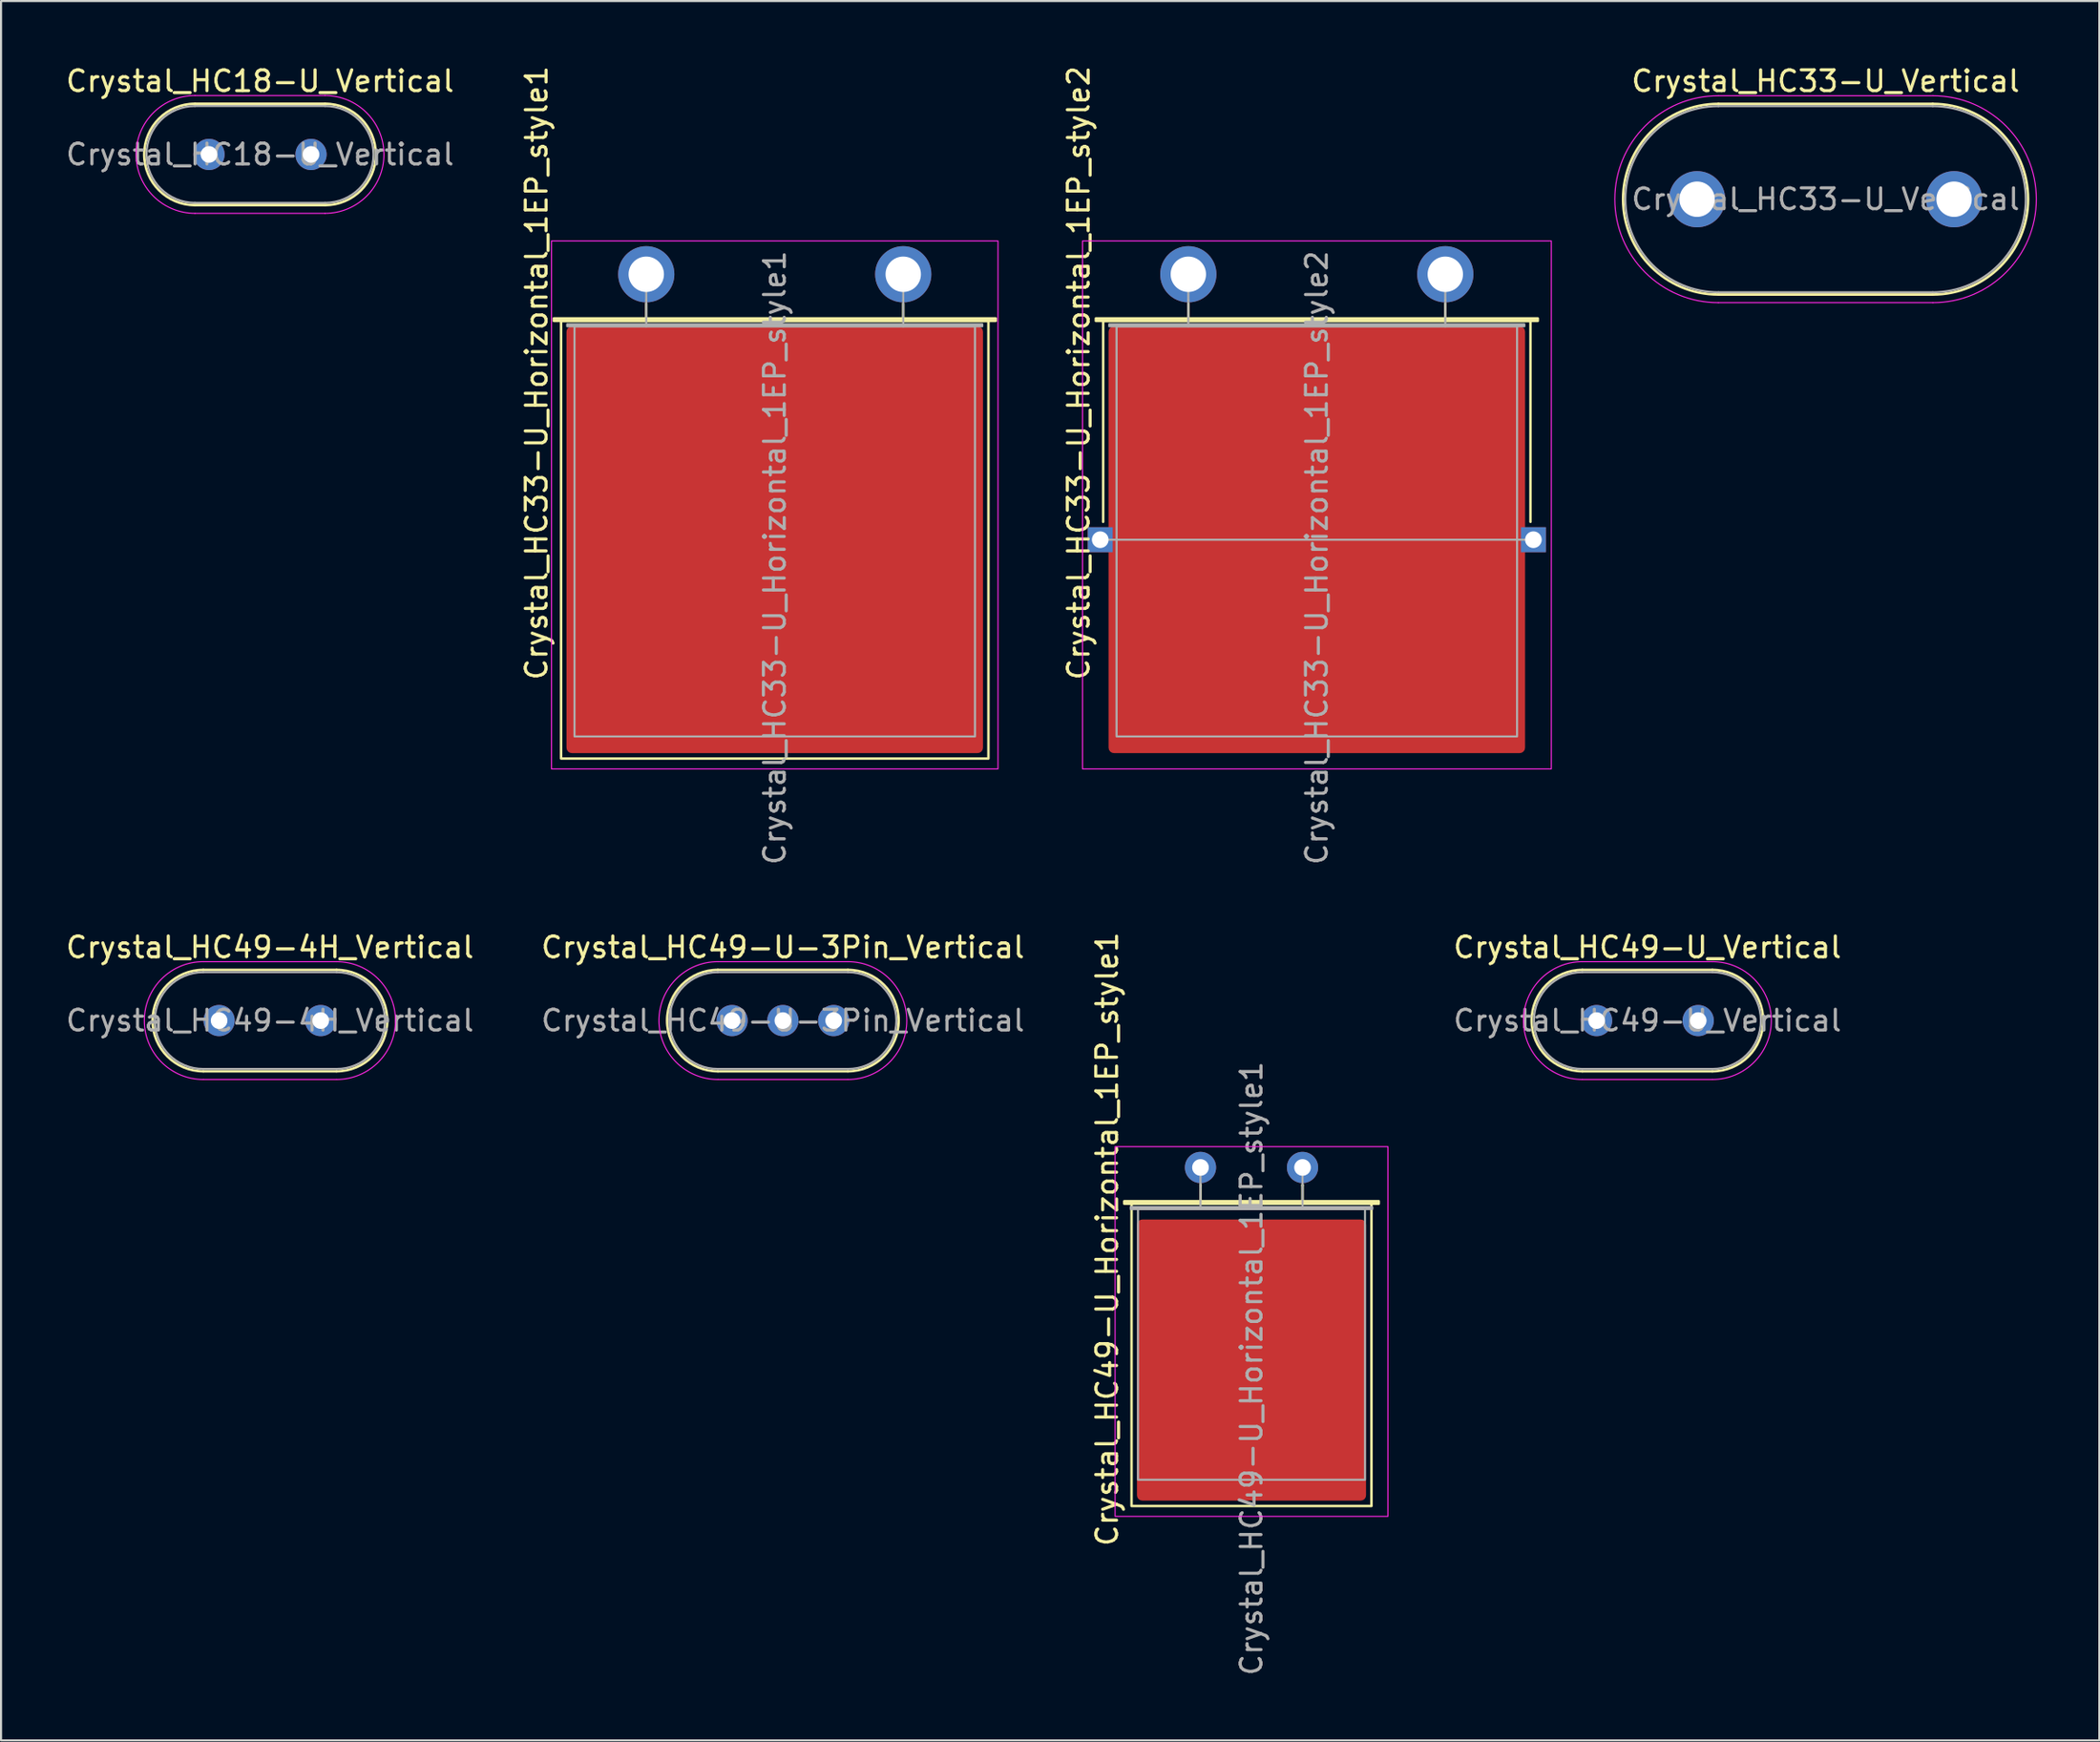
<source format=kicad_pcb>
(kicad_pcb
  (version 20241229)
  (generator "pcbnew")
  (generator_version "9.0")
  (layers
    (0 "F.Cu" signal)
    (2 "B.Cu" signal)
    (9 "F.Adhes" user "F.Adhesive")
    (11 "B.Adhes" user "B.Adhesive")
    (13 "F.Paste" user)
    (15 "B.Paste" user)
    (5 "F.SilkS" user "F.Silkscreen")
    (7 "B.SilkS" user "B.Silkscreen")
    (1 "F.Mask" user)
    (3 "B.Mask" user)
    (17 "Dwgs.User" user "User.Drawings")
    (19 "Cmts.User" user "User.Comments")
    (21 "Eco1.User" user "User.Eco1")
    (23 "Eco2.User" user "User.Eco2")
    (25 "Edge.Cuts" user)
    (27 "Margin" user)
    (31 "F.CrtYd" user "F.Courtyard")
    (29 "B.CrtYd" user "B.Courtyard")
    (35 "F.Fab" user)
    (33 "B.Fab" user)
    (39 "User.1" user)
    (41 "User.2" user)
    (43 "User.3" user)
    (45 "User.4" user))
  (footprint "Crystal_HC49-U_Vertical"
    (layer "F.Cu")
    (at 73.615 45.97)
    (property "Reference" "Crystal_HC49-U_Vertical" (at 2.44 -3.52 0) (layer "F.SilkS") (effects (font (size 1 1) (thickness 0.15))))
    (attr through_hole)
    (fp_line (start -0.685 -2.435) (end 5.565 -2.435) (stroke (width 0.12) (type solid)) (layer "F.SilkS"))
    (fp_line (start 5.565 2.435) (end -0.685 2.435) (stroke (width 0.12) (type solid)) (layer "F.SilkS"))
    (fp_arc (start -0.685 2.435) (mid -3.12 0) (end -0.685 -2.435) (stroke (width 0.12) (type solid)) (layer "F.SilkS"))
    (fp_arc (start 5.565 -2.435) (mid 8 0) (end 5.565 2.435) (stroke (width 0.12) (type solid)) (layer "F.SilkS"))
    (fp_line (start -0.68 -2.83) (end 5.56 -2.83) (stroke (width 0.05) (type solid)) (layer "F.CrtYd"))
    (fp_line (start 5.56 2.83) (end -0.68 2.83) (stroke (width 0.05) (type solid)) (layer "F.CrtYd"))
    (fp_arc (start -0.68 2.83) (mid -3.51 0) (end -0.68 -2.83) (stroke (width 0.05) (type solid)) (layer "F.CrtYd"))
    (fp_arc (start 5.56 -2.83) (mid 8.39 0) (end 5.56 2.83) (stroke (width 0.05) (type solid)) (layer "F.CrtYd"))
    (fp_line (start -0.685 -2.325) (end 5.565 -2.325) (stroke (width 0.1) (type solid)) (layer "F.Fab"))
    (fp_line (start 5.565 2.325) (end -0.685 2.325) (stroke (width 0.1) (type solid)) (layer "F.Fab"))
    (fp_arc (start -0.685 2.325) (mid -3.01 0) (end -0.685 -2.325) (stroke (width 0.1) (type solid)) (layer "F.Fab"))
    (fp_arc (start 5.565 -2.325) (mid 7.89 0) (end 5.565 2.325) (stroke (width 0.1) (type solid)) (layer "F.Fab"))
    (fp_text user "${REFERENCE}" (at 2.44 0 0) (layer "F.Fab") (effects (font (size 1 1) (thickness 0.15))))
    (pad "1" thru_hole circle (at 0 0) (size 1.5 1.5) (drill 0.8) (layers "*.Cu" "*.Mask"))
    (pad "2" thru_hole circle (at 4.88 0) (size 1.5 1.5) (drill 0.8) (layers "*.Cu" "*.Mask")))
  (footprint "Crystal_HC49-4H_Vertical"
    (layer "F.Cu")
    (at 7.471 45.97)
    (property "Reference" "Crystal_HC49-4H_Vertical" (at 2.44 -3.52 0) (layer "F.SilkS") (effects (font (size 1 1) (thickness 0.15))))
    (attr through_hole)
    (fp_line (start -0.76 -2.435) (end 5.64 -2.435) (stroke (width 0.12) (type solid)) (layer "F.SilkS"))
    (fp_line (start 5.64 2.435) (end -0.76 2.435) (stroke (width 0.12) (type solid)) (layer "F.SilkS"))
    (fp_arc (start -0.76 2.435) (mid -3.195 0) (end -0.76 -2.435) (stroke (width 0.12) (type solid)) (layer "F.SilkS"))
    (fp_arc (start 5.64 -2.435) (mid 8.075 0) (end 5.64 2.435) (stroke (width 0.12) (type solid)) (layer "F.SilkS"))
    (fp_line (start -0.76 -2.83) (end 5.64 -2.83) (stroke (width 0.05) (type solid)) (layer "F.CrtYd"))
    (fp_line (start 5.64 2.83) (end -0.76 2.83) (stroke (width 0.05) (type solid)) (layer "F.CrtYd"))
    (fp_arc (start -0.76 2.83) (mid -3.59 0) (end -0.76 -2.83) (stroke (width 0.05) (type solid)) (layer "F.CrtYd"))
    (fp_arc (start 5.64 -2.83) (mid 8.47 0) (end 5.64 2.83) (stroke (width 0.05) (type solid)) (layer "F.CrtYd"))
    (fp_line (start -0.76 -2.325) (end 5.64 -2.325) (stroke (width 0.1) (type solid)) (layer "F.Fab"))
    (fp_line (start 5.64 2.325) (end -0.76 2.325) (stroke (width 0.1) (type solid)) (layer "F.Fab"))
    (fp_arc (start -0.76 2.325) (mid -3.085 0) (end -0.76 -2.325) (stroke (width 0.1) (type solid)) (layer "F.Fab"))
    (fp_arc (start 5.64 -2.325) (mid 7.965 0) (end 5.64 2.325) (stroke (width 0.1) (type solid)) (layer "F.Fab"))
    (fp_text user "${REFERENCE}" (at 2.44 0 0) (layer "F.Fab") (effects (font (size 1 1) (thickness 0.15))))
    (pad "1" thru_hole circle (at 0 0) (size 1.5 1.5) (drill 0.8) (layers "*.Cu" "*.Mask"))
    (pad "2" thru_hole circle (at 4.88 0) (size 1.5 1.5) (drill 0.8) (layers "*.Cu" "*.Mask")))
  (footprint "Crystal_HC33-U_Vertical"
    (layer "F.Cu")
    (at 78.441 6.518)
    (property "Reference" "Crystal_HC33-U_Vertical" (at 6.17 -5.67 0) (layer "F.SilkS") (effects (font (size 1 1) (thickness 0.15))))
    (attr through_hole)
    (fp_line (start 1.025 -4.58) (end 11.315 -4.58) (stroke (width 0.12) (type solid)) (layer "F.SilkS"))
    (fp_line (start 11.315 4.58) (end 1.025 4.58) (stroke (width 0.12) (type solid)) (layer "F.SilkS"))
    (fp_arc (start 1.025 4.58) (mid -3.555 0) (end 1.025 -4.58) (stroke (width 0.12) (type solid)) (layer "F.SilkS"))
    (fp_arc (start 11.315 -4.58) (mid 15.895 0) (end 11.315 4.58) (stroke (width 0.12) (type solid)) (layer "F.SilkS"))
    (fp_line (start 1.02 -4.97) (end 11.32 -4.97) (stroke (width 0.05) (type solid)) (layer "F.CrtYd"))
    (fp_line (start 11.32 4.97) (end 1.02 4.97) (stroke (width 0.05) (type solid)) (layer "F.CrtYd"))
    (fp_arc (start 1.02 4.97) (mid -3.95 0) (end 1.02 -4.97) (stroke (width 0.05) (type solid)) (layer "F.CrtYd"))
    (fp_arc (start 11.32 -4.97) (mid 16.29 0) (end 11.32 4.97) (stroke (width 0.05) (type solid)) (layer "F.CrtYd"))
    (fp_line (start 1.025 -4.47) (end 11.315 -4.47) (stroke (width 0.1) (type solid)) (layer "F.Fab"))
    (fp_line (start 11.315 4.47) (end 1.025 4.47) (stroke (width 0.1) (type solid)) (layer "F.Fab"))
    (fp_arc (start 1.025 4.47) (mid -3.445 0) (end 1.025 -4.47) (stroke (width 0.1) (type solid)) (layer "F.Fab"))
    (fp_arc (start 11.315 -4.47) (mid 15.785 0) (end 11.315 4.47) (stroke (width 0.1) (type solid)) (layer "F.Fab"))
    (fp_text user "${REFERENCE}" (at 6.17 0 0) (layer "F.Fab") (effects (font (size 1 1) (thickness 0.15))))
    (pad "1" thru_hole circle (at 0 0) (size 2.7 2.7) (drill 1.7) (layers "*.Cu" "*.Mask"))
    (pad "2" thru_hole circle (at 12.34 0) (size 2.7 2.7) (drill 1.7) (layers "*.Cu" "*.Mask")))
  (footprint "Crystal_HC49-U_Horizontal_1EP_style1"
    (layer "F.Cu")
    (at 54.595 53.025)
    (property "Reference" "Crystal_HC49-U_Horizontal_1EP_style1" (at -4.485 3.44 90) (layer "F.SilkS") (effects (font (size 1 1) (thickness 0.15))))
    (attr through_hole)
    (fp_line (start 0 0.87) (end 0 0.81) (stroke (width 0.12) (type solid)) (layer "F.SilkS"))
    (fp_line (start 0 1.74) (end 0 0.87) (stroke (width 0.12) (type solid)) (layer "F.SilkS"))
    (fp_line (start 4.9 0.87) (end 4.9 0.81) (stroke (width 0.12) (type solid)) (layer "F.SilkS"))
    (fp_line (start 4.9 1.74) (end 4.9 0.87) (stroke (width 0.12) (type solid)) (layer "F.SilkS"))
    (fp_rect (start -3.66 1.62) (end 8.56 1.74) (stroke (width 0.12) (type solid)) (fill no) (layer "F.SilkS"))
    (fp_rect (start -3.31 1.74) (end 8.21 16.26) (stroke (width 0.12) (type solid)) (fill no) (layer "F.SilkS"))
    (fp_rect (start -4.1 -1) (end 9 16.76) (stroke (width 0.05) (type solid)) (fill no) (layer "F.CrtYd"))
    (fp_line (start 0 1) (end 0 0) (stroke (width 0.1) (type solid)) (layer "F.Fab"))
    (fp_line (start 0 2) (end 0 1) (stroke (width 0.1) (type solid)) (layer "F.Fab"))
    (fp_line (start 4.9 1) (end 4.9 0) (stroke (width 0.1) (type solid)) (layer "F.Fab"))
    (fp_line (start 4.9 2) (end 4.9 1) (stroke (width 0.1) (type solid)) (layer "F.Fab"))
    (fp_rect (start -3.35 1.9) (end 8.25 2) (stroke (width 0.1) (type solid)) (fill no) (layer "F.Fab"))
    (fp_rect (start -3 2) (end 7.9 15) (stroke (width 0.1) (type solid)) (fill no) (layer "F.Fab"))
    (fp_text user "${REFERENCE}" (at 2.45 9.656 90) (layer "F.Fab") (effects (font (size 1 1) (thickness 0.15))))
    (pad "1" thru_hole circle (at 0 0) (size 1.5 1.5) (drill 0.8) (layers "*.Cu" "*.Mask"))
    (pad "2" thru_hole circle (at 4.9 0) (size 1.5 1.5) (drill 0.8) (layers "*.Cu" "*.Mask"))
    (pad "3" smd roundrect (at 2.45 9.25) (size 11 13.5) (layers "F.Cu" "F.Mask" "F.Paste") (roundrect_rratio 0.023)))
  (footprint "Crystal_HC18-U_Vertical"
    (layer "F.Cu")
    (at 6.985 4.368)
    (property "Reference" "Crystal_HC18-U_Vertical" (at 2.45 -3.52 0) (layer "F.SilkS") (effects (font (size 1 1) (thickness 0.15))))
    (attr through_hole)
    (fp_line (start -0.675 -2.435) (end 5.575 -2.435) (stroke (width 0.12) (type solid)) (layer "F.SilkS"))
    (fp_line (start 5.575 2.435) (end -0.675 2.435) (stroke (width 0.12) (type solid)) (layer "F.SilkS"))
    (fp_arc (start -0.675 2.435) (mid -3.11 0) (end -0.675 -2.435) (stroke (width 0.12) (type solid)) (layer "F.SilkS"))
    (fp_arc (start 5.575 -2.435) (mid 8.01 0) (end 5.575 2.435) (stroke (width 0.12) (type solid)) (layer "F.SilkS"))
    (fp_line (start -0.67 -2.83) (end 5.57 -2.83) (stroke (width 0.05) (type solid)) (layer "F.CrtYd"))
    (fp_line (start 5.57 2.83) (end -0.67 2.83) (stroke (width 0.05) (type solid)) (layer "F.CrtYd"))
    (fp_arc (start -0.67 2.83) (mid -3.5 0) (end -0.67 -2.83) (stroke (width 0.05) (type solid)) (layer "F.CrtYd"))
    (fp_arc (start 5.57 -2.83) (mid 8.4 0) (end 5.57 2.83) (stroke (width 0.05) (type solid)) (layer "F.CrtYd"))
    (fp_line (start -0.675 -2.325) (end 5.575 -2.325) (stroke (width 0.1) (type solid)) (layer "F.Fab"))
    (fp_line (start 5.575 2.325) (end -0.675 2.325) (stroke (width 0.1) (type solid)) (layer "F.Fab"))
    (fp_arc (start -0.675 2.325) (mid -3 0) (end -0.675 -2.325) (stroke (width 0.1) (type solid)) (layer "F.Fab"))
    (fp_arc (start 5.575 -2.325) (mid 7.9 0) (end 5.575 2.325) (stroke (width 0.1) (type solid)) (layer "F.Fab"))
    (fp_text user "${REFERENCE}" (at 2.45 0 0) (layer "F.Fab") (effects (font (size 1 1) (thickness 0.15))))
    (pad "1" thru_hole circle (at 0 0) (size 1.5 1.5) (drill 0.8) (layers "*.Cu" "*.Mask"))
    (pad "2" thru_hole circle (at 4.9 0) (size 1.5 1.5) (drill 0.8) (layers "*.Cu" "*.Mask")))
  (footprint "Crystal_HC33-U_Horizontal_1EP_style1"
    (layer "F.Cu")
    (at 27.982 10.123)
    (property "Reference" "Crystal_HC33-U_Horizontal_1EP_style1" (at -5.265 4.74 90) (layer "F.SilkS") (effects (font (size 1 1) (thickness 0.15))))
    (attr through_hole)
    (fp_line (start 0 2.24) (end 0 1.41) (stroke (width 0.12) (type solid)) (layer "F.SilkS"))
    (fp_line (start 12.34 2.24) (end 12.34 1.41) (stroke (width 0.12) (type solid)) (layer "F.SilkS"))
    (fp_rect (start -4.44 2.12) (end 16.78 2.24) (stroke (width 0.12) (type solid)) (fill no) (layer "F.SilkS"))
    (fp_rect (start -4.09 2.24) (end 16.43 23.26) (stroke (width 0.12) (type solid)) (fill no) (layer "F.SilkS"))
    (fp_rect (start -4.55 -1.6) (end 16.89 23.76) (stroke (width 0.05) (type solid)) (fill no) (layer "F.CrtYd"))
    (fp_line (start 0 1.25) (end 0 0) (stroke (width 0.1) (type solid)) (layer "F.Fab"))
    (fp_line (start 0 2.5) (end 0 1.25) (stroke (width 0.1) (type solid)) (layer "F.Fab"))
    (fp_line (start 12.34 1.25) (end 12.34 0) (stroke (width 0.1) (type solid)) (layer "F.Fab"))
    (fp_line (start 12.34 2.5) (end 12.34 1.25) (stroke (width 0.1) (type solid)) (layer "F.Fab"))
    (fp_rect (start -3.795 2.4) (end 16.135 2.5) (stroke (width 0.1) (type solid)) (fill no) (layer "F.Fab"))
    (fp_rect (start -3.445 2.5) (end 15.785 22.2) (stroke (width 0.1) (type solid)) (fill no) (layer "F.Fab"))
    (fp_text user "${REFERENCE}" (at 6.17 13.616 90) (layer "F.Fab") (effects (font (size 1 1) (thickness 0.15))))
    (pad "1" thru_hole circle (at 0 0) (size 2.7 2.7) (drill 1.7) (layers "*.Cu" "*.Mask"))
    (pad "2" thru_hole circle (at 12.34 0) (size 2.7 2.7) (drill 1.7) (layers "*.Cu" "*.Mask"))
    (pad "3" smd roundrect (at 6.17 12.75) (size 20 20.5) (layers "F.Cu" "F.Mask" "F.Paste") (roundrect_rratio 0.013)))
  (footprint "Crystal_HC49-U-3Pin_Vertical"
    (layer "F.Cu")
    (at 32.102 45.97)
    (property "Reference" "Crystal_HC49-U-3Pin_Vertical" (at 2.44 -3.52 0) (layer "F.SilkS") (effects (font (size 1 1) (thickness 0.15))))
    (attr through_hole)
    (fp_line (start -0.685 -2.435) (end 5.565 -2.435) (stroke (width 0.12) (type solid)) (layer "F.SilkS"))
    (fp_line (start 5.565 2.435) (end -0.685 2.435) (stroke (width 0.12) (type solid)) (layer "F.SilkS"))
    (fp_arc (start -0.685 2.435) (mid -3.12 0) (end -0.685 -2.435) (stroke (width 0.12) (type solid)) (layer "F.SilkS"))
    (fp_arc (start 5.565 -2.435) (mid 8 0) (end 5.565 2.435) (stroke (width 0.12) (type solid)) (layer "F.SilkS"))
    (fp_line (start -0.68 -2.83) (end 5.56 -2.83) (stroke (width 0.05) (type solid)) (layer "F.CrtYd"))
    (fp_line (start 5.56 2.83) (end -0.68 2.83) (stroke (width 0.05) (type solid)) (layer "F.CrtYd"))
    (fp_arc (start -0.68 2.83) (mid -3.51 0) (end -0.68 -2.83) (stroke (width 0.05) (type solid)) (layer "F.CrtYd"))
    (fp_arc (start 5.56 -2.83) (mid 8.39 0) (end 5.56 2.83) (stroke (width 0.05) (type solid)) (layer "F.CrtYd"))
    (fp_line (start -0.685 -2.325) (end 5.565 -2.325) (stroke (width 0.1) (type solid)) (layer "F.Fab"))
    (fp_line (start 5.565 2.325) (end -0.685 2.325) (stroke (width 0.1) (type solid)) (layer "F.Fab"))
    (fp_arc (start -0.685 2.325) (mid -3.01 0) (end -0.685 -2.325) (stroke (width 0.1) (type solid)) (layer "F.Fab"))
    (fp_arc (start 5.565 -2.325) (mid 7.89 0) (end 5.565 2.325) (stroke (width 0.1) (type solid)) (layer "F.Fab"))
    (fp_text user "${REFERENCE}" (at 2.44 0 0) (layer "F.Fab") (effects (font (size 1 1) (thickness 0.15))))
    (pad "1" thru_hole circle (at 0 0) (size 1.5 1.5) (drill 0.8) (layers "*.Cu" "*.Mask"))
    (pad "2" thru_hole circle (at 2.44 0) (size 1.5 1.5) (drill 0.8) (layers "*.Cu" "*.Mask"))
    (pad "3" thru_hole circle (at 4.88 0) (size 1.5 1.5) (drill 0.8) (layers "*.Cu" "*.Mask")))
  (footprint "Crystal_HC33-U_Horizontal_1EP_style2"
    (layer "F.Cu")
    (at 54.011 10.123)
    (property "Reference" "Crystal_HC33-U_Horizontal_1EP_style2" (at -5.265 4.74 90) (layer "F.SilkS") (effects (font (size 1 1) (thickness 0.15))))
    (attr through_hole)
    (fp_line (start -4.09 2.24) (end 16.43 2.24) (stroke (width 0.12) (type solid)) (layer "F.SilkS"))
    (fp_line (start -4.09 11.89) (end -4.09 2.24) (stroke (width 0.12) (type solid)) (layer "F.SilkS"))
    (fp_line (start 0 2.24) (end 0 1.41) (stroke (width 0.12) (type solid)) (layer "F.SilkS"))
    (fp_line (start 12.34 2.24) (end 12.34 1.41) (stroke (width 0.12) (type solid)) (layer "F.SilkS"))
    (fp_line (start 16.43 2.24) (end 16.43 11.89) (stroke (width 0.12) (type solid)) (layer "F.SilkS"))
    (fp_rect (start -4.44 2.12) (end 16.78 2.24) (stroke (width 0.12) (type solid)) (fill no) (layer "F.SilkS"))
    (fp_rect (start -5.08 -1.6) (end 17.43 23.76) (stroke (width 0.05) (type solid)) (fill no) (layer "F.CrtYd"))
    (fp_line (start -4.23 12.75) (end 16.57 12.75) (stroke (width 0.1) (type solid)) (layer "F.Fab"))
    (fp_line (start 0 1.25) (end 0 0) (stroke (width 0.1) (type solid)) (layer "F.Fab"))
    (fp_line (start 0 2.5) (end 0 1.25) (stroke (width 0.1) (type solid)) (layer "F.Fab"))
    (fp_line (start 12.34 1.25) (end 12.34 0) (stroke (width 0.1) (type solid)) (layer "F.Fab"))
    (fp_line (start 12.34 2.5) (end 12.34 1.25) (stroke (width 0.1) (type solid)) (layer "F.Fab"))
    (fp_rect (start -3.795 2.4) (end 16.135 2.5) (stroke (width 0.1) (type solid)) (fill no) (layer "F.Fab"))
    (fp_rect (start -3.445 2.5) (end 15.785 22.2) (stroke (width 0.1) (type solid)) (fill no) (layer "F.Fab"))
    (fp_text user "${REFERENCE}" (at 6.17 13.616 90) (layer "F.Fab") (effects (font (size 1 1) (thickness 0.15))))
    (pad "1" thru_hole circle (at 0 0) (size 2.7 2.7) (drill 1.7) (layers "*.Cu" "*.Mask"))
    (pad "2" thru_hole circle (at 12.34 0) (size 2.7 2.7) (drill 1.7) (layers "*.Cu" "*.Mask"))
    (pad "3" thru_hole rect (at -4.23 12.75) (size 1.2 1.2) (drill 0.8) (layers "*.Cu" "*.Mask"))
    (pad "3" smd roundrect (at 6.17 12.75) (size 20 20.5) (layers "F.Cu" "F.Mask" "F.Paste") (roundrect_rratio 0.013))
    (pad "3" thru_hole rect (at 16.57 12.75) (size 1.2 1.2) (drill 0.8) (layers "*.Cu" "*.Mask")))
  (gr_rect
    (start -3 -3)
    (end 97.756 80.544)
    (stroke (width 0.1) (type default))
    (fill no)
    (layer "Edge.Cuts")))
</source>
